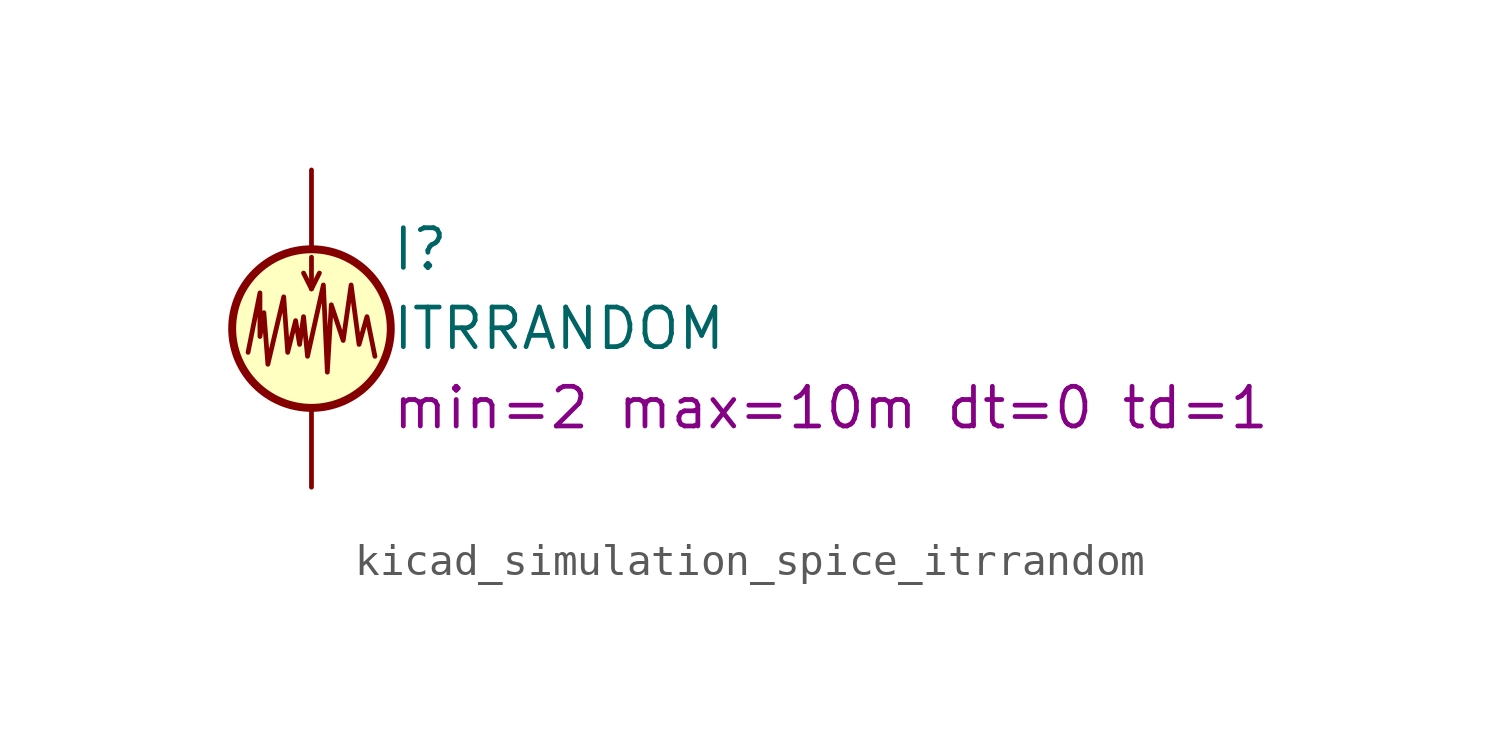
<source format=kicad_sym>
(kicad_symbol_lib
  (version 20220914)
  (generator kicad_symbol_editor)
  (symbol "kicad_simulation_spice_itrrandom"
    (pin_numbers hide)
    (pin_names
      (offset 0.025))
    (property "Reference" "I"
      (at 2.54 2.54 0)
      (effects (font (size 1.27 1.27)) (justify left)))
    (property "Value" "ITRRANDOM"
      (at 2.54 0 0)
      (effects (font (size 1.27 1.27)) (justify left)))
    (property "Sim.Params" "min=2 max=10m dt=0 td=1"
      (at 2.54 -2.54 0)
      (effects (font (size 1.27 1.27)) (justify left)))
    (symbol "kicad_simulation_spice_itrrandom_0_1"
      (polyline (pts (xy 0 1.27) (xy 0 2.286)) (stroke (width 0) (type default)) (fill (type none)))
      (polyline (pts (xy -0.254 1.778) (xy 0 1.27) (xy 0.254 1.778)) (stroke (width 0) (type default)) (fill (type none)))
      (polyline (pts (xy -2.032 -0.762) (xy -1.651 1.143) (xy -1.651 -0.254) (xy -1.524 0.508) (xy -1.397 -1.143) (xy -0.889 1.016) (xy -0.762 -0.762) (xy -0.508 0.254) (xy -0.381 -0.508) (xy -0.254 0.381) (xy -0.127 -0.889) (xy 0.381 1.397) (xy 0.508 -1.397) (xy 0.635 0.762) (xy 1.016 -0.381) (xy 1.27 1.397) (xy 1.524 -0.508) (xy 1.778 0.381) (xy 2.032 -0.889)) (stroke (width 0) (type default)) (fill (type none)))
      (circle (center 0 0) (radius 2.54) (stroke (width 0.254) (type default)) (fill (type background))))
    (symbol "kicad_simulation_spice_itrrandom_1_1"
      (pin passive line (at 0 5.08 270) (length 2.54) (name "~" (effects (font (size 1.27 1.27)))) (number "1" (effects (font (size 1.27 1.27)))))
      (pin passive line (at 0 -5.08 90) (length 2.54) (name "~" (effects (font (size 1.27 1.27)))) (number "2" (effects (font (size 1.27 1.27))))))))
</source>
